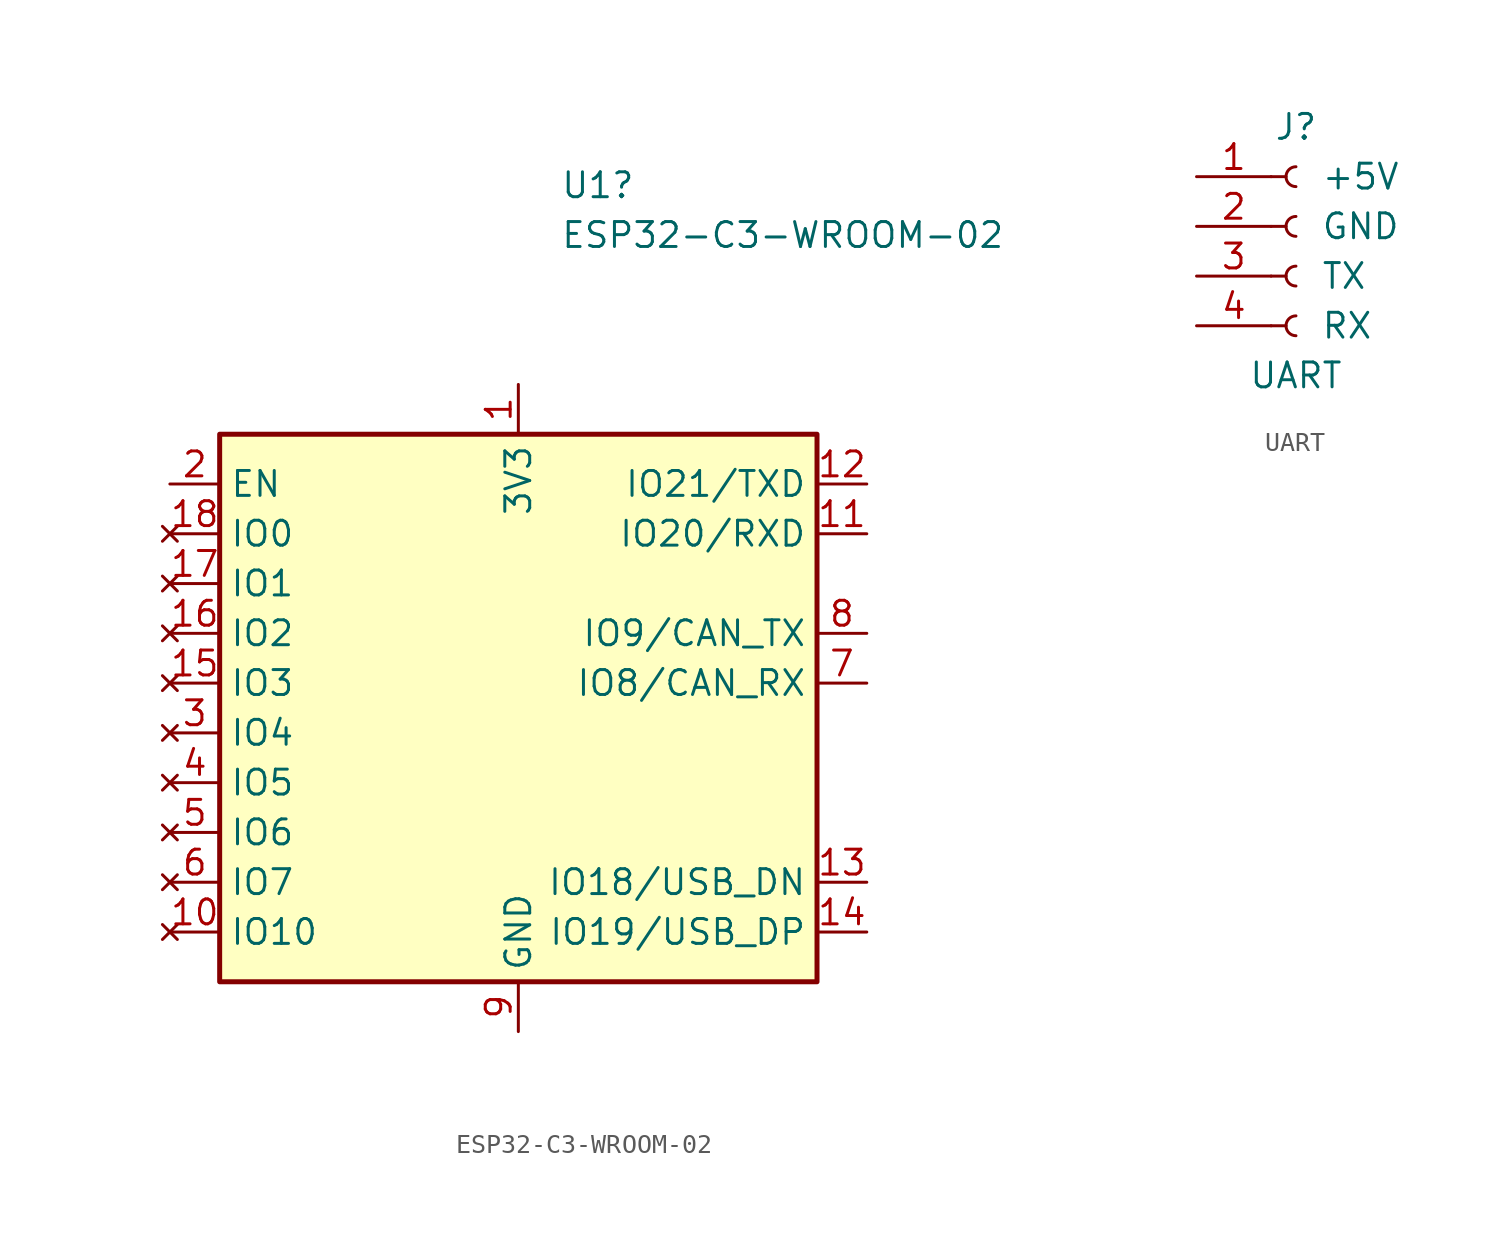
<source format=kicad_sym>
(kicad_symbol_lib
  (version 20241209)
  (generator "kicad_symbol_editor")
  (generator_version "9.0")
  (symbol "ESP32-C3-WROOM-02"
    (property "Reference" "U1"
      (at 2.143 25.4 0)
      (effects (font (size 1.27 1.27)) (justify left)))
    (property "Value" "ESP32-C3-WROOM-02"
      (at 2.143 22.86 0)
      (effects (font (size 1.27 1.27)) (justify left)))
    (symbol "ESP32-C3-WROOM-02_1_1"
      (rectangle (start -15.24 12.7) (end 15.24 -15.24) (stroke (width 0.254) (type default)) (fill (type background)))
      (pin input line (at -17.78 10.16 0) (length 2.54) (name "EN" (effects (font (size 1.27 1.27)))) (number "2" (effects (font (size 1.27 1.27)))))
      (pin no_connect line (at -17.78 7.62 0) (length 2.54) (name "IO0" (effects (font (size 1.27 1.27)))) (number "18" (effects (font (size 1.27 1.27)))))
      (pin no_connect line (at -17.78 5.08 0) (length 2.54) (name "IO1" (effects (font (size 1.27 1.27)))) (number "17" (effects (font (size 1.27 1.27)))))
      (pin no_connect line (at -17.78 2.54 0) (length 2.54) (name "IO2" (effects (font (size 1.27 1.27)))) (number "16" (effects (font (size 1.27 1.27)))))
      (pin no_connect line (at -17.78 0 0) (length 2.54) (name "IO3" (effects (font (size 1.27 1.27)))) (number "15" (effects (font (size 1.27 1.27)))))
      (pin no_connect line (at -17.78 -2.54 0) (length 2.54) (name "IO4" (effects (font (size 1.27 1.27)))) (number "3" (effects (font (size 1.27 1.27)))))
      (pin no_connect line (at -17.78 -5.08 0) (length 2.54) (name "IO5" (effects (font (size 1.27 1.27)))) (number "4" (effects (font (size 1.27 1.27)))))
      (pin no_connect line (at -17.78 -7.62 0) (length 2.54) (name "IO6" (effects (font (size 1.27 1.27)))) (number "5" (effects (font (size 1.27 1.27)))))
      (pin no_connect line (at -17.78 -10.16 0) (length 2.54) (name "IO7" (effects (font (size 1.27 1.27)))) (number "6" (effects (font (size 1.27 1.27)))))
      (pin no_connect line (at -17.78 -12.7 0) (length 2.54) (name "IO10" (effects (font (size 1.27 1.27)))) (number "10" (effects (font (size 1.27 1.27)))))
      (pin power_in line (at 0 15.24 270) (length 2.54) (name "3V3" (effects (font (size 1.27 1.27)))) (number "1" (effects (font (size 1.27 1.27)))))
      (pin passive line (at 0 -17.78 90) (length 2.54) (hide yes) (name "GND" (effects (font (size 1.27 1.27)))) (number "19" (effects (font (size 1.27 1.27)))))
      (pin power_in line (at 0 -17.78 90) (length 2.54) (name "GND" (effects (font (size 1.27 1.27)))) (number "9" (effects (font (size 1.27 1.27)))))
      (pin output line (at 17.78 10.16 180) (length 2.54) (name "IO21/TXD" (effects (font (size 1.27 1.27)))) (number "12" (effects (font (size 1.27 1.27)))))
      (pin input line (at 17.78 7.62 180) (length 2.54) (name "IO20/RXD" (effects (font (size 1.27 1.27)))) (number "11" (effects (font (size 1.27 1.27)))))
      (pin input line (at 17.78 2.54 180) (length 2.54) (name "IO9/CAN_TX" (effects (font (size 1.27 1.27)))) (number "8" (effects (font (size 1.27 1.27)))))
      (pin output line (at 17.78 0 180) (length 2.54) (name "IO8/CAN_RX" (effects (font (size 1.27 1.27)))) (number "7" (effects (font (size 1.27 1.27)))))
      (pin bidirectional line (at 17.78 -10.16 180) (length 2.54) (name "IO18/USB_DN" (effects (font (size 1.27 1.27)))) (number "13" (effects (font (size 1.27 1.27)))))
      (pin bidirectional line (at 17.78 -12.7 180) (length 2.54) (name "IO19/USB_DP" (effects (font (size 1.27 1.27)))) (number "14" (effects (font (size 1.27 1.27)))))))
  (symbol "UART"
    (pin_names
      (offset 2.54))
    (property "Reference" "J"
      (at 0 5.08 0)
      (effects (font (size 1.27 1.27))))
    (property "Value" "UART"
      (at 0 -7.62 0)
      (effects (font (size 1.27 1.27))))
    (symbol "UART_1_1"
      (polyline (pts (xy -1.27 2.54) (xy -0.508 2.54)) (stroke (width 0.152) (type default)) (fill (type none)))
      (polyline (pts (xy -1.27 0) (xy -0.508 0)) (stroke (width 0.152) (type default)) (fill (type none)))
      (polyline (pts (xy -1.27 -2.54) (xy -0.508 -2.54)) (stroke (width 0.152) (type default)) (fill (type none)))
      (polyline (pts (xy -1.27 -5.08) (xy -0.508 -5.08)) (stroke (width 0.152) (type default)) (fill (type none)))
      (arc (start 0 2.032) (mid -0.5058 2.54) (end 0 3.048) (stroke (width 0.1524) (type default)) (fill (type none)))
      (arc (start 0 -0.508) (mid -0.5058 0) (end 0 0.508) (stroke (width 0.1524) (type default)) (fill (type none)))
      (arc (start 0 -3.048) (mid -0.5058 -2.54) (end 0 -2.032) (stroke (width 0.1524) (type default)) (fill (type none)))
      (arc (start 0 -5.588) (mid -0.5058 -5.08) (end 0 -4.572) (stroke (width 0.1524) (type default)) (fill (type none)))
      (pin power_in line (at -5.08 2.54 0) (length 3.81) (name "+5V" (effects (font (size 1.27 1.27)))) (number "1" (effects (font (size 1.27 1.27)))))
      (pin power_in line (at -5.08 0 0) (length 3.81) (name "GND" (effects (font (size 1.27 1.27)))) (number "2" (effects (font (size 1.27 1.27)))))
      (pin input line (at -5.08 -2.54 0) (length 3.81) (name "TX" (effects (font (size 1.27 1.27)))) (number "3" (effects (font (size 1.27 1.27)))))
      (pin output line (at -5.08 -5.08 0) (length 3.81) (name "RX" (effects (font (size 1.27 1.27)))) (number "4" (effects (font (size 1.27 1.27))))))))
</source>
